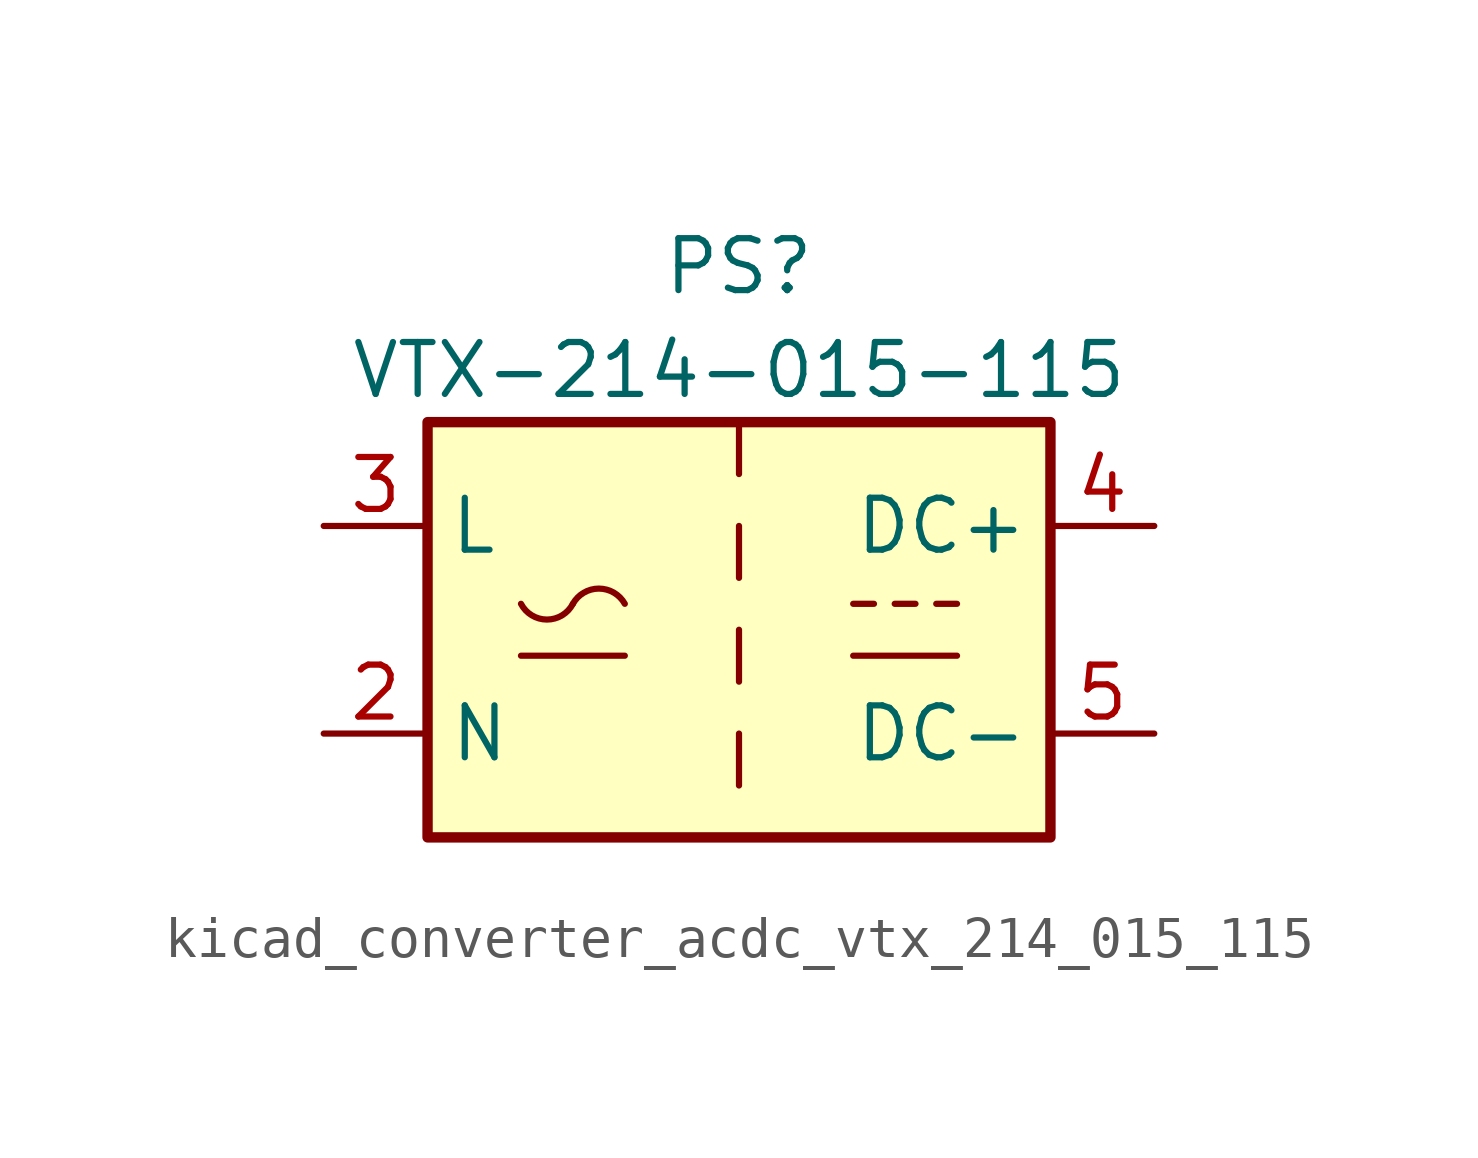
<source format=kicad_sym>
(kicad_symbol_lib
  (version 20220914)
  (generator kicad_symbol_editor)
  (symbol "kicad_converter_acdc_vtx_214_015_115"
    (property "Reference" "PS"
      (at 0 8.89 0)
      (effects (font (size 1.27 1.27))))
    (property "Value" "VTX-214-015-115"
      (at 0 6.35 0)
      (effects (font (size 1.27 1.27))))
    (symbol "kicad_converter_acdc_vtx_214_015_115_0_1"
      (rectangle (start -7.62 5.08) (end 7.62 -5.08) (stroke (width 0.254) (type default)) (fill (type background)))
      (arc (start -5.334 0.635) (mid -4.699 0.2495) (end -4.064 0.635) (stroke (width 0) (type default)) (fill (type none)))
      (arc (start -2.794 0.635) (mid -3.429 1.0072) (end -4.064 0.635) (stroke (width 0) (type default)) (fill (type none)))
      (polyline (pts (xy -5.334 -0.635) (xy -2.794 -0.635)) (stroke (width 0) (type default)) (fill (type none)))
      (polyline (pts (xy 2.794 -0.635) (xy 5.334 -0.635)) (stroke (width 0) (type default)) (fill (type none)))
      (polyline (pts (xy 2.794 0.635) (xy 3.302 0.635)) (stroke (width 0) (type default)) (fill (type none)))
      (polyline (pts (xy 3.81 0.635) (xy 4.318 0.635)) (stroke (width 0) (type default)) (fill (type none)))
      (polyline (pts (xy 4.826 0.635) (xy 5.334 0.635)) (stroke (width 0) (type default)) (fill (type none))))
    (symbol "kicad_converter_acdc_vtx_214_015_115_1_1"
      (polyline (pts (xy 0 -2.54) (xy 0 -3.81)) (stroke (width 0) (type default)) (fill (type none)))
      (polyline (pts (xy 0 0) (xy 0 -1.27)) (stroke (width 0) (type default)) (fill (type none)))
      (polyline (pts (xy 0 2.54) (xy 0 1.27)) (stroke (width 0) (type default)) (fill (type none)))
      (polyline (pts (xy 0 5.08) (xy 0 3.81)) (stroke (width 0) (type default)) (fill (type none)))
      (pin no_connect line (at 0 -5.08 90) (length 2.54) hide (name "FG" (effects (font (size 1.27 1.27)))) (number "1" (effects (font (size 1.27 1.27)))))
      (pin power_in line (at -10.16 -2.54 0) (length 2.54) (name "N" (effects (font (size 1.27 1.27)))) (number "2" (effects (font (size 1.27 1.27)))))
      (pin power_in line (at -10.16 2.54 0) (length 2.54) (name "L" (effects (font (size 1.27 1.27)))) (number "3" (effects (font (size 1.27 1.27)))))
      (pin power_out line (at 10.16 2.54 180) (length 2.54) (name "DC+" (effects (font (size 1.27 1.27)))) (number "4" (effects (font (size 1.27 1.27)))))
      (pin power_out line (at 10.16 -2.54 180) (length 2.54) (name "DC-" (effects (font (size 1.27 1.27)))) (number "5" (effects (font (size 1.27 1.27))))))))
</source>
